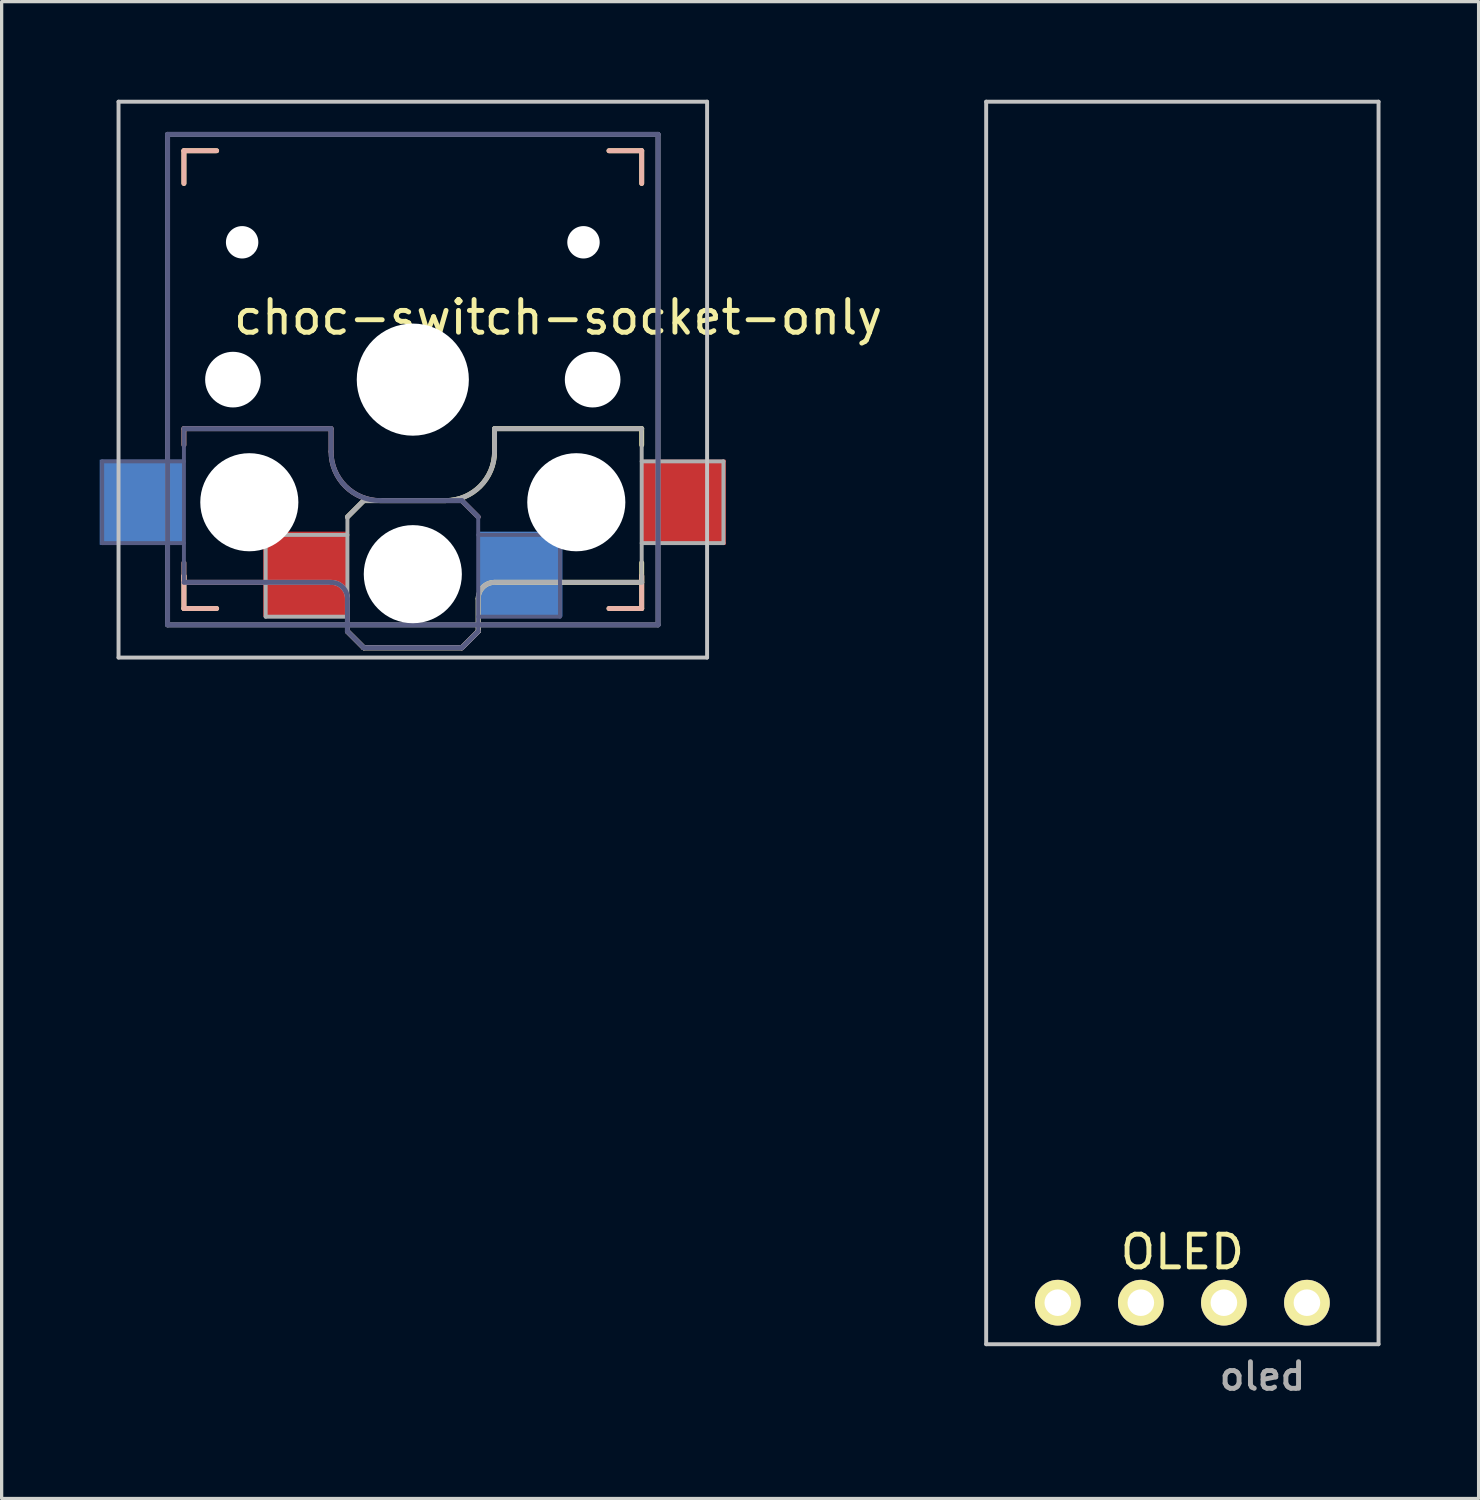
<source format=kicad_pcb>
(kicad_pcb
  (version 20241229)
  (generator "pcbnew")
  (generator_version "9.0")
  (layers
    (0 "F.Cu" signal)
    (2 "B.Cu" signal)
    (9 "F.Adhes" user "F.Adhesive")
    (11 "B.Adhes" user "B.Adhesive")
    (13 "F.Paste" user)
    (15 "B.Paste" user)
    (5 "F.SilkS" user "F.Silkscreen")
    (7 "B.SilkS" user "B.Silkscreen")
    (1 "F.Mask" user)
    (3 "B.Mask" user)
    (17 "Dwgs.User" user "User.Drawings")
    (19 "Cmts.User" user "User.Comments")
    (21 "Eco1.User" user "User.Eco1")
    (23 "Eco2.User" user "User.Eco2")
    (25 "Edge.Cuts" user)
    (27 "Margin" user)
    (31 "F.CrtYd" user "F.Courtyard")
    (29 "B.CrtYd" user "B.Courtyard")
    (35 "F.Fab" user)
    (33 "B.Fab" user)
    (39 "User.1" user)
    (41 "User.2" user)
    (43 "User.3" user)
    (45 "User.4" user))
  (footprint "choc-switch-socket-only"
    (layer "F.Cu")
    (at 9.575 8.56)
    (property "Reference" "choc-switch-socket-only" (at 4.445 -1.905 0) (layer "F.SilkS") (effects (font (size 1 1) (thickness 0.15))))
    (attr smd)
    (fp_line (start -7 -7) (end -6 -7) (stroke (width 0.15) (type solid)) (layer "F.SilkS"))
    (fp_line (start -7 -6) (end -7 -7) (stroke (width 0.15) (type solid)) (layer "F.SilkS"))
    (fp_line (start -7 7) (end -7 6) (stroke (width 0.15) (type solid)) (layer "F.SilkS"))
    (fp_line (start -6 7) (end -7 7) (stroke (width 0.15) (type solid)) (layer "F.SilkS"))
    (fp_line (start -2 4.2) (end -1.5 3.7) (stroke (width 0.15) (type solid)) (layer "F.SilkS"))
    (fp_line (start -2 7.7) (end -1.5 8.2) (stroke (width 0.15) (type solid)) (layer "F.SilkS"))
    (fp_line (start -1.5 3.7) (end 1 3.7) (stroke (width 0.15) (type solid)) (layer "F.SilkS"))
    (fp_line (start -1.5 8.2) (end 1.5 8.2) (stroke (width 0.15) (type solid)) (layer "F.SilkS"))
    (fp_line (start 1.5 8.2) (end 2 7.7) (stroke (width 0.15) (type solid)) (layer "F.SilkS"))
    (fp_line (start 2 6.7) (end 2 7.7) (stroke (width 0.15) (type solid)) (layer "F.SilkS"))
    (fp_line (start 2.5 1.5) (end 7 1.5) (stroke (width 0.15) (type solid)) (layer "F.SilkS"))
    (fp_line (start 2.5 2.2) (end 2.5 1.5) (stroke (width 0.15) (type solid)) (layer "F.SilkS"))
    (fp_line (start 6 -7) (end 7 -7) (stroke (width 0.15) (type solid)) (layer "F.SilkS"))
    (fp_line (start 7 -7) (end 7 -6) (stroke (width 0.15) (type solid)) (layer "F.SilkS"))
    (fp_line (start 7 1.5) (end 7 2) (stroke (width 0.15) (type solid)) (layer "F.SilkS"))
    (fp_line (start 7 5.6) (end 7 6.2) (stroke (width 0.15) (type solid)) (layer "F.SilkS"))
    (fp_line (start 7 6) (end 7 7) (stroke (width 0.15) (type solid)) (layer "F.SilkS"))
    (fp_line (start 7 6.2) (end 2.5 6.2) (stroke (width 0.15) (type solid)) (layer "F.SilkS"))
    (fp_line (start 7 7) (end 6 7) (stroke (width 0.15) (type solid)) (layer "F.SilkS"))
    (fp_arc (start 2 6.7) (mid 2.146447 6.346447) (end 2.5 6.2) (stroke (width 0.15) (type solid)) (layer "F.SilkS"))
    (fp_arc (start 2.5 2.2) (mid 2.06066 3.26066) (end 1 3.7) (stroke (width 0.15) (type solid)) (layer "F.SilkS"))
    (fp_line (start -7 -7) (end -6 -7) (stroke (width 0.15) (type solid)) (layer "B.SilkS"))
    (fp_line (start -7 -6) (end -7 -7) (stroke (width 0.15) (type solid)) (layer "B.SilkS"))
    (fp_line (start -7 1.5) (end -7 2) (stroke (width 0.15) (type solid)) (layer "B.SilkS"))
    (fp_line (start -7 5.6) (end -7 6.2) (stroke (width 0.15) (type solid)) (layer "B.SilkS"))
    (fp_line (start -7 6.2) (end -2.5 6.2) (stroke (width 0.15) (type solid)) (layer "B.SilkS"))
    (fp_line (start -7 7) (end -7 6) (stroke (width 0.15) (type solid)) (layer "B.SilkS"))
    (fp_line (start -6 7) (end -7 7) (stroke (width 0.15) (type solid)) (layer "B.SilkS"))
    (fp_line (start -2.5 1.5) (end -7 1.5) (stroke (width 0.15) (type solid)) (layer "B.SilkS"))
    (fp_line (start -2.5 2.2) (end -2.5 1.5) (stroke (width 0.15) (type solid)) (layer "B.SilkS"))
    (fp_line (start -2 6.7) (end -2 7.7) (stroke (width 0.15) (type solid)) (layer "B.SilkS"))
    (fp_line (start -1.5 8.2) (end -2 7.7) (stroke (width 0.15) (type solid)) (layer "B.SilkS"))
    (fp_line (start 1.5 3.7) (end -1 3.7) (stroke (width 0.15) (type solid)) (layer "B.SilkS"))
    (fp_line (start 1.5 8.2) (end -1.5 8.2) (stroke (width 0.15) (type solid)) (layer "B.SilkS"))
    (fp_line (start 2 4.2) (end 1.5 3.7) (stroke (width 0.15) (type solid)) (layer "B.SilkS"))
    (fp_line (start 2 7.7) (end 1.5 8.2) (stroke (width 0.15) (type solid)) (layer "B.SilkS"))
    (fp_line (start 6 -7) (end 7 -7) (stroke (width 0.15) (type solid)) (layer "B.SilkS"))
    (fp_line (start 7 -7) (end 7 -6) (stroke (width 0.15) (type solid)) (layer "B.SilkS"))
    (fp_line (start 7 6) (end 7 7) (stroke (width 0.15) (type solid)) (layer "B.SilkS"))
    (fp_line (start 7 7) (end 6 7) (stroke (width 0.15) (type solid)) (layer "B.SilkS"))
    (fp_arc (start -2.5 6.2) (mid -2.146447 6.346447) (end -2 6.7) (stroke (width 0.15) (type solid)) (layer "B.SilkS"))
    (fp_arc (start -1 3.7) (mid -2.06066 3.26066) (end -2.5 2.2) (stroke (width 0.15) (type solid)) (layer "B.SilkS"))
    (fp_line (start -9 -8.5) (end -9 8.5) (stroke (width 0.12) (type solid)) (layer "Dwgs.User"))
    (fp_line (start -9 8.5) (end 9 8.5) (stroke (width 0.12) (type solid)) (layer "Dwgs.User"))
    (fp_line (start 9 -8.5) (end -9 -8.5) (stroke (width 0.12) (type solid)) (layer "Dwgs.User"))
    (fp_line (start 9 8.5) (end 9 -8.5) (stroke (width 0.12) (type solid)) (layer "Dwgs.User"))
    (fp_line (start -6.9 6.9) (end -6.9 -6.9) (stroke (width 0.15) (type solid)) (layer "Eco2.User"))
    (fp_line (start -6.9 6.9) (end 6.9 6.9) (stroke (width 0.15) (type solid)) (layer "Eco2.User"))
    (fp_line (start -2.6 -3.1) (end -2.6 -6.3) (stroke (width 0.15) (type solid)) (layer "Eco2.User"))
    (fp_line (start -2.6 -3.1) (end 2.6 -3.1) (stroke (width 0.15) (type solid)) (layer "Eco2.User"))
    (fp_line (start 2.6 -6.3) (end -2.6 -6.3) (stroke (width 0.15) (type solid)) (layer "Eco2.User"))
    (fp_line (start 2.6 -3.1) (end 2.6 -6.3) (stroke (width 0.15) (type solid)) (layer "Eco2.User"))
    (fp_line (start 6.9 -6.9) (end -6.9 -6.9) (stroke (width 0.15) (type solid)) (layer "Eco2.User"))
    (fp_line (start 6.9 -6.9) (end 6.9 6.9) (stroke (width 0.15) (type solid)) (layer "Eco2.User"))
    (fp_line (start -9.5 2.5) (end -7 2.5) (stroke (width 0.12) (type solid)) (layer "B.Fab"))
    (fp_line (start -9.5 5) (end -9.5 2.5) (stroke (width 0.12) (type solid)) (layer "B.Fab"))
    (fp_line (start -7.5 -7.5) (end 7.5 -7.5) (stroke (width 0.15) (type solid)) (layer "B.Fab"))
    (fp_line (start -7.5 7.5) (end -7.5 -7.5) (stroke (width 0.15) (type solid)) (layer "B.Fab"))
    (fp_line (start -7 1.5) (end -7 6.2) (stroke (width 0.12) (type solid)) (layer "B.Fab"))
    (fp_line (start -7 5) (end -9.5 5) (stroke (width 0.12) (type solid)) (layer "B.Fab"))
    (fp_line (start -7 6.2) (end -2.5 6.2) (stroke (width 0.15) (type solid)) (layer "B.Fab"))
    (fp_line (start -2.5 1.5) (end -7 1.5) (stroke (width 0.15) (type solid)) (layer "B.Fab"))
    (fp_line (start -2.5 2.2) (end -2.5 1.5) (stroke (width 0.15) (type solid)) (layer "B.Fab"))
    (fp_line (start -2 6.7) (end -2 7.7) (stroke (width 0.15) (type solid)) (layer "B.Fab"))
    (fp_line (start -1.5 8.2) (end -2 7.7) (stroke (width 0.15) (type solid)) (layer "B.Fab"))
    (fp_line (start 1.5 3.7) (end -1 3.7) (stroke (width 0.15) (type solid)) (layer "B.Fab"))
    (fp_line (start 1.5 8.2) (end -1.5 8.2) (stroke (width 0.15) (type solid)) (layer "B.Fab"))
    (fp_line (start 2 4.2) (end 1.5 3.7) (stroke (width 0.15) (type solid)) (layer "B.Fab"))
    (fp_line (start 2 4.25) (end 2 7.7) (stroke (width 0.12) (type solid)) (layer "B.Fab"))
    (fp_line (start 2 4.75) (end 4.5 4.75) (stroke (width 0.12) (type solid)) (layer "B.Fab"))
    (fp_line (start 2 7.7) (end 1.5 8.2) (stroke (width 0.15) (type solid)) (layer "B.Fab"))
    (fp_line (start 4.5 4.75) (end 4.5 7.25) (stroke (width 0.12) (type solid)) (layer "B.Fab"))
    (fp_line (start 4.5 7.25) (end 2 7.25) (stroke (width 0.12) (type solid)) (layer "B.Fab"))
    (fp_line (start 7.5 -7.5) (end 7.5 7.5) (stroke (width 0.15) (type solid)) (layer "B.Fab"))
    (fp_line (start 7.5 7.5) (end -7.5 7.5) (stroke (width 0.15) (type solid)) (layer "B.Fab"))
    (fp_arc (start -2.5 6.2) (mid -2.146447 6.346447) (end -2 6.7) (stroke (width 0.15) (type solid)) (layer "B.Fab"))
    (fp_arc (start -1 3.7) (mid -2.06066 3.26066) (end -2.5 2.2) (stroke (width 0.15) (type solid)) (layer "B.Fab"))
    (fp_line (start -7.5 -7.5) (end 7.5 -7.5) (stroke (width 0.15) (type solid)) (layer "F.Fab"))
    (fp_line (start -7.5 7.5) (end -7.5 -7.5) (stroke (width 0.15) (type solid)) (layer "F.Fab"))
    (fp_line (start -4.5 4.75) (end -4.5 7.25) (stroke (width 0.12) (type solid)) (layer "F.Fab"))
    (fp_line (start -4.5 7.25) (end -2 7.25) (stroke (width 0.12) (type solid)) (layer "F.Fab"))
    (fp_line (start -2 4.2) (end -1.5 3.7) (stroke (width 0.15) (type solid)) (layer "F.Fab"))
    (fp_line (start -2 4.25) (end -2 7.7) (stroke (width 0.12) (type solid)) (layer "F.Fab"))
    (fp_line (start -2 4.75) (end -4.5 4.75) (stroke (width 0.12) (type solid)) (layer "F.Fab"))
    (fp_line (start -2 7.7) (end -1.5 8.2) (stroke (width 0.15) (type solid)) (layer "F.Fab"))
    (fp_line (start -1.5 3.7) (end 1 3.7) (stroke (width 0.15) (type solid)) (layer "F.Fab"))
    (fp_line (start -1.5 8.2) (end 1.5 8.2) (stroke (width 0.15) (type solid)) (layer "F.Fab"))
    (fp_line (start 1.5 8.2) (end 2 7.7) (stroke (width 0.15) (type solid)) (layer "F.Fab"))
    (fp_line (start 2 6.7) (end 2 7.7) (stroke (width 0.15) (type solid)) (layer "F.Fab"))
    (fp_line (start 2.5 1.5) (end 7 1.5) (stroke (width 0.15) (type solid)) (layer "F.Fab"))
    (fp_line (start 2.5 2.2) (end 2.5 1.5) (stroke (width 0.15) (type solid)) (layer "F.Fab"))
    (fp_line (start 7 1.5) (end 7 6.2) (stroke (width 0.12) (type solid)) (layer "F.Fab"))
    (fp_line (start 7 5) (end 9.5 5) (stroke (width 0.12) (type solid)) (layer "F.Fab"))
    (fp_line (start 7 6.2) (end 2.5 6.2) (stroke (width 0.15) (type solid)) (layer "F.Fab"))
    (fp_line (start 7.5 -7.5) (end 7.5 7.5) (stroke (width 0.15) (type solid)) (layer "F.Fab"))
    (fp_line (start 7.5 7.5) (end -7.5 7.5) (stroke (width 0.15) (type solid)) (layer "F.Fab"))
    (fp_line (start 9.5 2.5) (end 7 2.5) (stroke (width 0.12) (type solid)) (layer "F.Fab"))
    (fp_line (start 9.5 5) (end 9.5 2.5) (stroke (width 0.12) (type solid)) (layer "F.Fab"))
    (fp_arc (start 2 6.7) (mid 2.146447 6.346447) (end 2.5 6.2) (stroke (width 0.15) (type solid)) (layer "F.Fab"))
    (fp_arc (start 2.5 2.2) (mid 2.06066 3.26066) (end 1 3.7) (stroke (width 0.15) (type solid)) (layer "F.Fab"))
    (pad "" np_thru_hole circle (at -5.5 0) (size 1.702 1.702) (drill 1.702) (layers "*.Cu" "*.Mask"))
    (pad "" np_thru_hole circle (at -5.22 -4.2) (size 0.991 0.991) (drill 0.991) (layers "*.Cu" "*.Mask"))
    (pad "" np_thru_hole circle (at -5 3.75) (size 3 3) (drill 3) (layers "*.Cu" "*.Mask"))
    (pad "" np_thru_hole circle (at 0 0) (size 3.429 3.429) (drill 3.429) (layers "*.Cu" "*.Mask"))
    (pad "" np_thru_hole circle (at 0 5.95) (size 3 3) (drill 3) (layers "*.Cu" "*.Mask"))
    (pad "" np_thru_hole circle (at 5 3.75) (size 3 3) (drill 3) (layers "*.Cu" "*.Mask"))
    (pad "" np_thru_hole circle (at 5.22 -4.2) (size 0.991 0.991) (drill 0.991) (layers "*.Cu" "*.Mask"))
    (pad "" np_thru_hole circle (at 5.5 0) (size 1.702 1.702) (drill 1.702) (layers "*.Cu" "*.Mask"))
    (pad "1" smd rect (at -3.275 5.95) (size 2.6 2.6) (layers "F.Cu" "F.Mask" "F.Paste"))
    (pad "1" smd rect (at 3.275 5.95) (size 2.6 2.6) (layers "B.Cu" "B.Mask" "B.Paste"))
    (pad "2" smd rect (at -8.275 3.75) (size 2.6 2.6) (layers "B.Cu" "B.Mask" "B.Paste"))
    (pad "2" smd rect (at 8.275 3.75) (size 2.6 2.6) (layers "F.Cu" "F.Mask" "F.Paste")))
  (footprint "oled"
    (layer "F.Cu")
    (at 33.11 36.79)
    (property "Reference" "oled" (at 2.45 2.25 180) (layer "F.Fab") (effects (font (size 0.813 0.813) (thickness 0.15))))
    (attr through_hole)
    (fp_line (start -6 -36.73) (end 6 -36.73) (stroke (width 0.12) (type solid)) (layer "Dwgs.User"))
    (fp_line (start -6 1.27) (end -6 -36.73) (stroke (width 0.12) (type solid)) (layer "Dwgs.User"))
    (fp_line (start -6 1.27) (end 6 1.27) (stroke (width 0.12) (type solid)) (layer "Dwgs.User"))
    (fp_line (start 6 -36.73) (end 6 1.27) (stroke (width 0.12) (type solid)) (layer "Dwgs.User"))
    (fp_text user "OLED" (at 0 -1.55 0) (layer "F.SilkS") (effects (font (size 1 1) (thickness 0.15))))
    (pad "1" thru_hole circle (at -3.81 0) (size 1.397 1.397) (drill 0.813) (layers "*.Cu" "B.Mask" "F.SilkS"))
    (pad "2" thru_hole circle (at -1.27 0) (size 1.397 1.397) (drill 0.813) (layers "*.Cu" "B.Mask" "F.SilkS"))
    (pad "3" thru_hole circle (at 1.27 0) (size 1.397 1.397) (drill 0.813) (layers "*.Cu" "B.Mask" "F.SilkS"))
    (pad "4" thru_hole circle (at 3.81 0) (size 1.397 1.397) (drill 0.813) (layers "*.Cu" "B.Mask" "F.SilkS")))
  (gr_rect
    (start -3 -3)
    (end 42.17 42.779)
    (stroke (width 0.1) (type default))
    (fill no)
    (layer "Edge.Cuts")))
</source>
